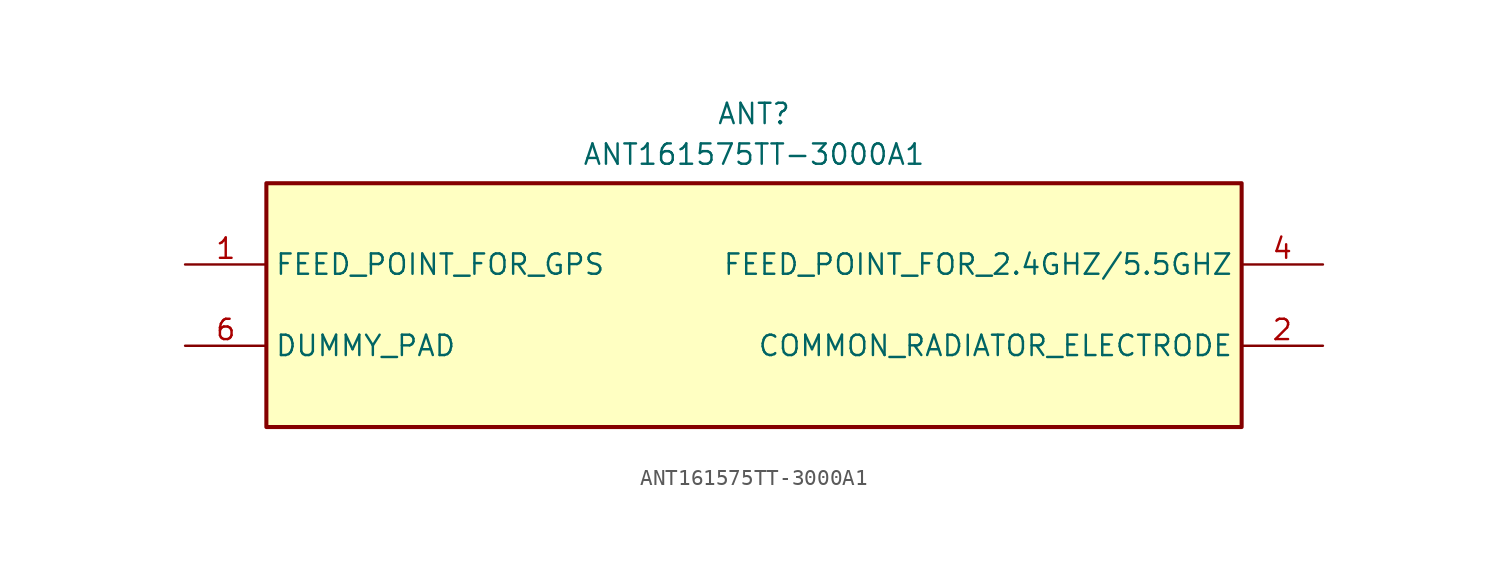
<source format=kicad_sym>
(kicad_symbol_lib
  (version 20220914)
  (generator kicad_symbol_editor)
  (symbol "ANT161575TT-3000A1"
    (property "Reference" "ANT"
      (at 0 12.7 0)
      (effects (font (size 1.27 1.27)) (justify top)))
    (property "Value" "ANT161575TT-3000A1"
      (at 0 10.16 0)
      (effects (font (size 1.27 1.27)) (justify top)))
    (symbol "ANT161575TT-3000A1_1_1"
      (rectangle (start -30.48 7.62) (end 30.48 -7.62) (stroke (width 0.254) (type default)) (fill (type background)))
      (pin passive line (at -35.56 2.54 0) (length 5.08) (name "FEED_POINT_FOR_GPS" (effects (font (size 1.27 1.27)))) (number "1" (effects (font (size 1.27 1.27)))))
      (pin passive line (at 35.56 -2.54 180) (length 5.08) (name "COMMON_RADIATOR_ELECTRODE" (effects (font (size 1.27 1.27)))) (number "2" (effects (font (size 1.27 1.27)))))
      (pin passive line (at 35.56 2.54 180) (length 5.08) (name "FEED_POINT_FOR_2.4GHZ/5.5GHZ" (effects (font (size 1.27 1.27)))) (number "4" (effects (font (size 1.27 1.27)))))
      (pin passive line (at -35.56 -2.54 0) (length 5.08) (name "DUMMY_PAD" (effects (font (size 1.27 1.27)))) (number "6" (effects (font (size 1.27 1.27))))))))
</source>
